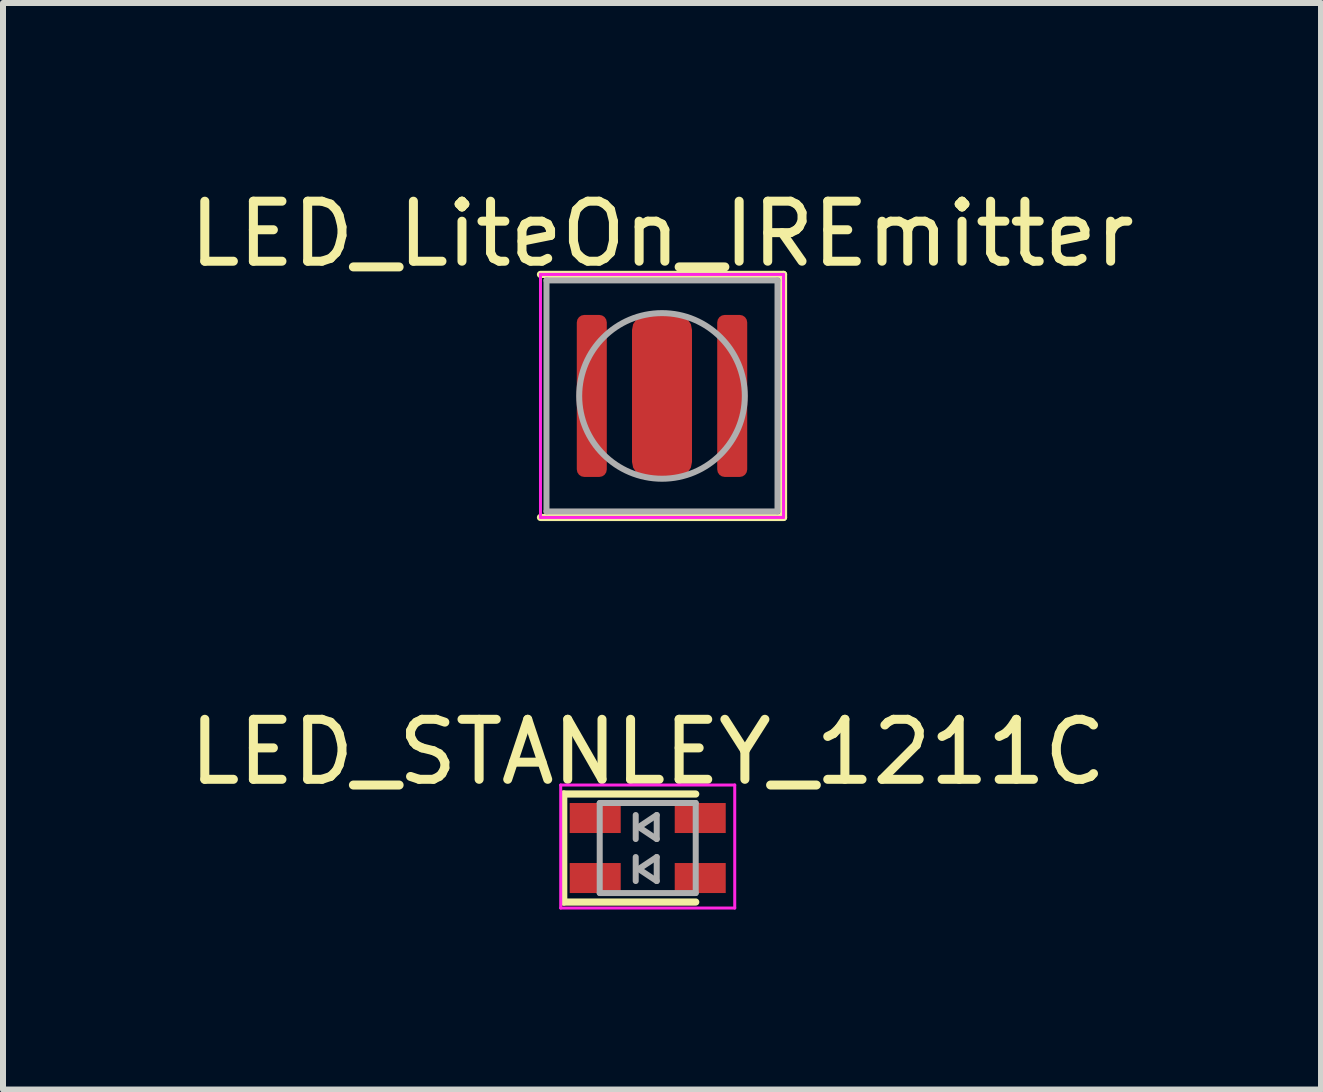
<source format=kicad_pcb>
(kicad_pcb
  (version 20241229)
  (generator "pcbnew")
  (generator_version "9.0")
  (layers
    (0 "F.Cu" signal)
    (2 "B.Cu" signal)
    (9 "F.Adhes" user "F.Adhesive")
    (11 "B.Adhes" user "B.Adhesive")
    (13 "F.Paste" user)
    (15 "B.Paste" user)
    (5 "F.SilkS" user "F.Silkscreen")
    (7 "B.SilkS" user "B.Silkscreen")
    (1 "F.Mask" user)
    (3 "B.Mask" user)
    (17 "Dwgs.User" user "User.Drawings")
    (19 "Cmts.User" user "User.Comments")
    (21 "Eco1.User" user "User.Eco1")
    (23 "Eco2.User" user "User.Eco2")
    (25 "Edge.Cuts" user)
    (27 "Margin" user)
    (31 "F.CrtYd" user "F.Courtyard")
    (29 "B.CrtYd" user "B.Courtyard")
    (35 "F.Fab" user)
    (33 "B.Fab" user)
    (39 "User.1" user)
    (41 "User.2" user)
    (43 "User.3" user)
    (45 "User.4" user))
  (footprint "LED_LiteOn_IREmitter"
    (layer "F.Cu")
    (at 7.982 3.548)
    (property "Reference" "LED_LiteOn_IREmitter" (at 0 -2.7 0) (unlocked yes) (layer "F.SilkS") (effects (font (size 1 1) (thickness 0.15))))
    (attr smd)
    (fp_line (start 2.025 -2.025) (end -2.025 -2.025) (stroke (width 0.12) (type default)) (layer "F.SilkS"))
    (fp_line (start 2.025 -2.025) (end 2.025 2.025) (stroke (width 0.12) (type default)) (layer "F.SilkS"))
    (fp_line (start 2.025 2.025) (end -2.025 2.025) (stroke (width 0.12) (type default)) (layer "F.SilkS"))
    (fp_line (start -2.025 -2.025) (end -2.025 2.025) (stroke (width 0.05) (type default)) (layer "F.CrtYd"))
    (fp_line (start -2.025 -2.025) (end 2.025 -2.025) (stroke (width 0.05) (type default)) (layer "F.CrtYd"))
    (fp_line (start -2.025 2.025) (end 2.025 2.025) (stroke (width 0.05) (type default)) (layer "F.CrtYd"))
    (fp_line (start 2.025 -2.025) (end 2.025 2.025) (stroke (width 0.05) (type default)) (layer "F.CrtYd"))
    (fp_line (start -1.925 -1.925) (end -1.925 1.925) (stroke (width 0.1) (type default)) (layer "F.Fab"))
    (fp_line (start 1.925 -1.925) (end -1.925 -1.925) (stroke (width 0.1) (type default)) (layer "F.Fab"))
    (fp_line (start 1.925 -1.925) (end 1.925 1.925) (stroke (width 0.1) (type default)) (layer "F.Fab"))
    (fp_line (start 1.925 1.925) (end -1.925 1.925) (stroke (width 0.1) (type default)) (layer "F.Fab"))
    (fp_circle (center 0 0) (end 1.38 0) (stroke (width 0.1) (type default)) (fill no) (layer "F.Fab"))
    (pad "1" smd roundrect (at 1.17 0) (size 0.5 2.7) (layers "F.Cu" "F.Mask" "F.Paste") (roundrect_rratio 0.25))
    (pad "2" smd roundrect (at -1.17 0) (size 0.5 2.7) (layers "F.Cu" "F.Mask" "F.Paste") (roundrect_rratio 0.25))
    (pad "2" smd roundrect (at 0 0) (size 1 2.7) (layers "F.Cu" "F.Mask" "F.Paste") (roundrect_rratio 0.25)))
  (footprint "LED_STANLEY_1211C"
    (layer "F.Cu")
    (at 7.744 11.082)
    (property "Reference" "LED_STANLEY_1211C" (at 0 -1.6 0) (layer "F.SilkS") (effects (font (size 1 1) (thickness 0.15))))
    (attr smd)
    (fp_line (start -1.4 -0.9) (end -1.4 0.9) (stroke (width 0.12) (type solid)) (layer "F.SilkS"))
    (fp_line (start -1.4 -0.9) (end 0.8 -0.9) (stroke (width 0.12) (type solid)) (layer "F.SilkS"))
    (fp_line (start -1.4 0.9) (end 0.8 0.9) (stroke (width 0.12) (type solid)) (layer "F.SilkS"))
    (fp_line (start -1.45 -1.05) (end 1.45 -1.05) (stroke (width 0.05) (type solid)) (layer "F.CrtYd"))
    (fp_line (start -1.45 1) (end -1.45 -1.05) (stroke (width 0.05) (type solid)) (layer "F.CrtYd"))
    (fp_line (start 1.45 -1.05) (end 1.45 1) (stroke (width 0.05) (type solid)) (layer "F.CrtYd"))
    (fp_line (start 1.45 1) (end -1.45 1) (stroke (width 0.05) (type solid)) (layer "F.CrtYd"))
    (fp_line (start -0.8 -0.75) (end 0.8 -0.75) (stroke (width 0.1) (type solid)) (layer "F.Fab"))
    (fp_line (start -0.8 0.75) (end -0.8 -0.75) (stroke (width 0.1) (type solid)) (layer "F.Fab"))
    (fp_line (start -0.2 -0.55) (end -0.2 -0.15) (stroke (width 0.1) (type solid)) (layer "F.Fab"))
    (fp_line (start -0.2 0.15) (end -0.2 0.55) (stroke (width 0.1) (type solid)) (layer "F.Fab"))
    (fp_line (start -0.15 -0.35) (end 0.15 -0.55) (stroke (width 0.1) (type solid)) (layer "F.Fab"))
    (fp_line (start -0.15 0.35) (end 0.15 0.15) (stroke (width 0.1) (type solid)) (layer "F.Fab"))
    (fp_line (start 0.15 -0.55) (end 0.15 -0.15) (stroke (width 0.1) (type solid)) (layer "F.Fab"))
    (fp_line (start 0.15 -0.15) (end -0.15 -0.35) (stroke (width 0.1) (type solid)) (layer "F.Fab"))
    (fp_line (start 0.15 0.15) (end 0.15 0.55) (stroke (width 0.1) (type solid)) (layer "F.Fab"))
    (fp_line (start 0.15 0.55) (end -0.15 0.35) (stroke (width 0.1) (type solid)) (layer "F.Fab"))
    (fp_line (start 0.8 -0.75) (end 0.8 0.75) (stroke (width 0.1) (type solid)) (layer "F.Fab"))
    (fp_line (start 0.8 0.75) (end -0.8 0.75) (stroke (width 0.1) (type solid)) (layer "F.Fab"))
    (pad "1" smd rect (at 0.875 -0.5 180) (size 0.85 0.5) (layers "F.Cu" "F.Mask" "F.Paste"))
    (pad "2" smd rect (at -0.875 -0.5 180) (size 0.85 0.5) (layers "F.Cu" "F.Mask" "F.Paste"))
    (pad "3" smd rect (at 0.875 0.5 180) (size 0.85 0.5) (layers "F.Cu" "F.Mask" "F.Paste"))
    (pad "4" smd rect (at -0.875 0.5 180) (size 0.85 0.5) (layers "F.Cu" "F.Mask" "F.Paste")))
  (gr_rect
    (start -3 -3)
    (end 18.964 15.107)
    (stroke (width 0.1) (type default))
    (fill no)
    (layer "Edge.Cuts")))
</source>
